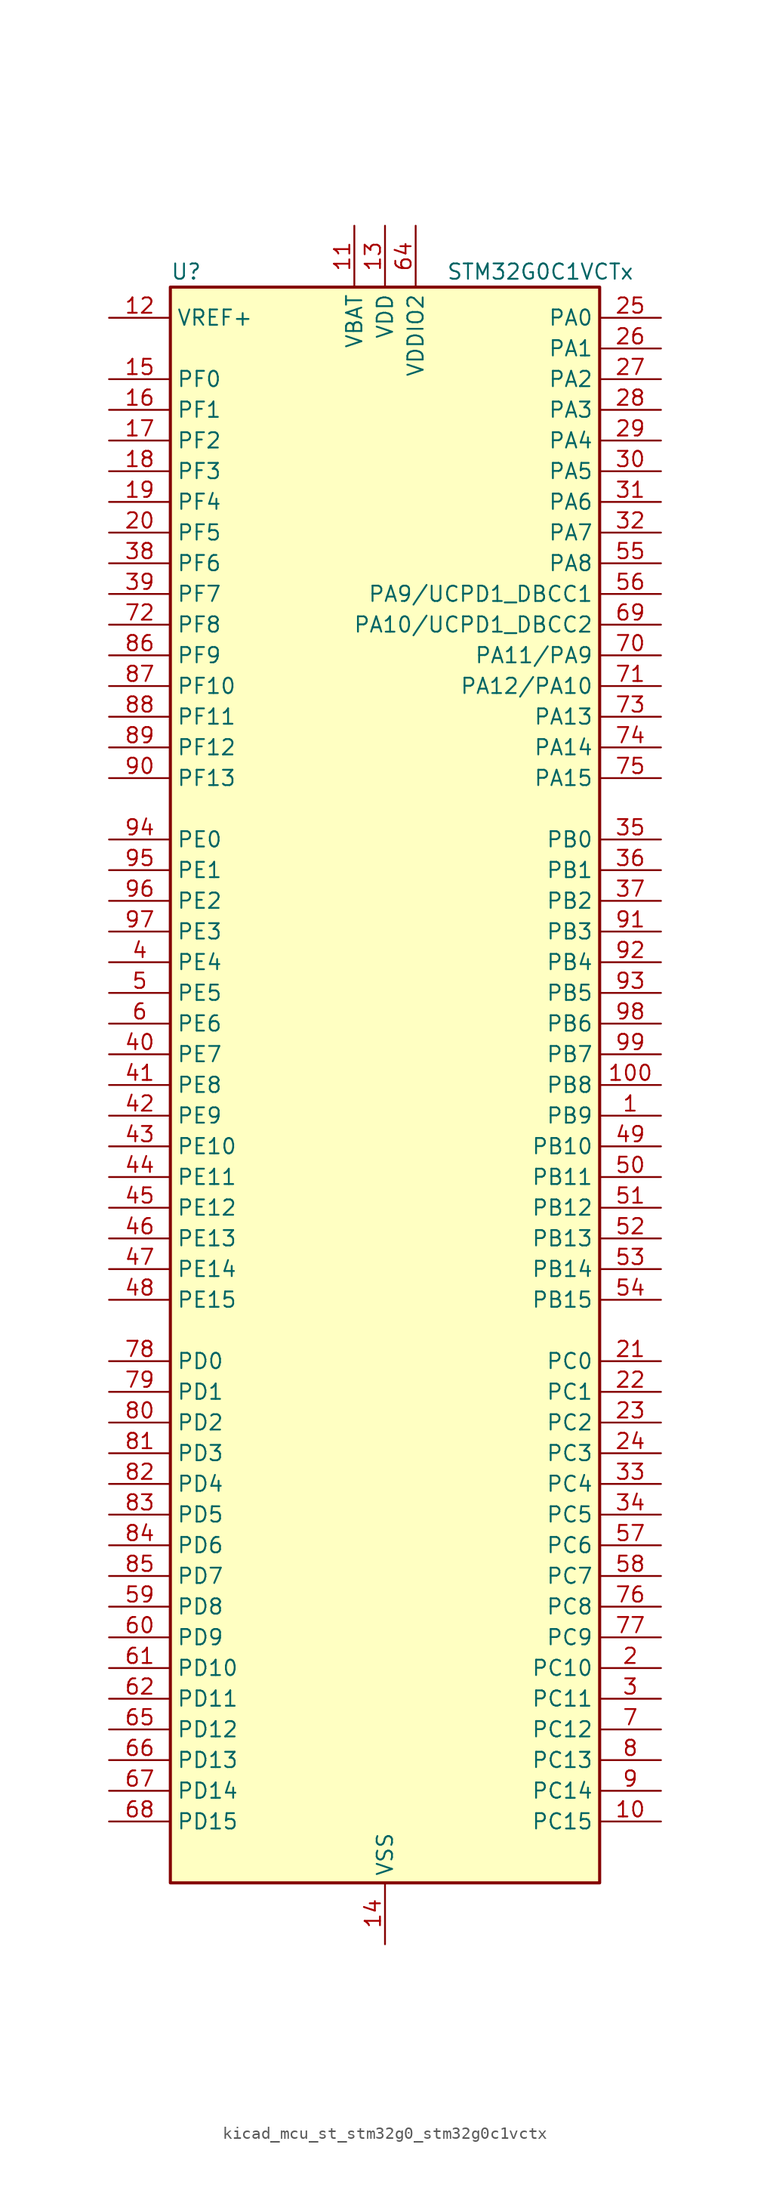
<source format=kicad_sym>
(kicad_symbol_lib
  (version 20220914)
  (generator kicad_symbol_editor)
  (symbol "kicad_mcu_st_stm32g0_stm32g0c1vctx"
    (property "Reference" "U"
      (at -17.78 67.31 0)
      (effects (font (size 1.27 1.27)) (justify left)))
    (property "Value" "STM32G0C1VCTx"
      (at 5.08 67.31 0)
      (effects (font (size 1.27 1.27)) (justify left)))
    (property "ki_locked" ""
      (at 0 0 0)
      (effects (font (size 1.27 1.27))))
    (symbol "kicad_mcu_st_stm32g0_stm32g0c1vctx_0_1"
      (rectangle (start -17.78 -66.04) (end 17.78 66.04) (stroke (width 0.254) (type default)) (fill (type background))))
    (symbol "kicad_mcu_st_stm32g0_stm32g0c1vctx_1_1"
      (pin bidirectional line (at 22.86 -2.54 180) (length 5.08) (name "PB9" (effects (font (size 1.27 1.27)))) (number "1" (effects (font (size 1.27 1.27)))) (alternate "DAC1_EXTI9" bidirectional line) (alternate "FDCAN1_TX" bidirectional line) (alternate "I2C1_SDA" bidirectional line) (alternate "I2S2_WS" bidirectional line) (alternate "IR_OUT" bidirectional line) (alternate "SPI2_NSS" bidirectional line) (alternate "TIM17_CH1" bidirectional line) (alternate "TIM4_CH4" bidirectional line) (alternate "UCPD2_FRSTX1" bidirectional line) (alternate "UCPD2_FRSTX2" bidirectional line) (alternate "USART3_RX" bidirectional line) (alternate "USART6_RX" bidirectional line))
      (pin bidirectional line (at 22.86 -60.96 180) (length 5.08) (name "PC15" (effects (font (size 1.27 1.27)))) (number "10" (effects (font (size 1.27 1.27)))) (alternate "RCC_OSC32_EN" bidirectional line) (alternate "RCC_OSC32_OUT" bidirectional line) (alternate "RCC_OSC_EN" bidirectional line) (alternate "TIM15_BK" bidirectional line))
      (pin bidirectional line (at 22.86 0 180) (length 5.08) (name "PB8" (effects (font (size 1.27 1.27)))) (number "100" (effects (font (size 1.27 1.27)))) (alternate "CEC" bidirectional line) (alternate "FDCAN1_RX" bidirectional line) (alternate "I2C1_SCL" bidirectional line) (alternate "I2S2_CK" bidirectional line) (alternate "SPI2_SCK" bidirectional line) (alternate "TIM15_BK" bidirectional line) (alternate "TIM16_CH1" bidirectional line) (alternate "TIM4_CH3" bidirectional line) (alternate "USART3_TX" bidirectional line) (alternate "USART6_TX" bidirectional line))
      (pin power_in line (at -2.54 71.12 270) (length 5.08) (name "VBAT" (effects (font (size 1.27 1.27)))) (number "11" (effects (font (size 1.27 1.27)))))
      (pin input line (at -22.86 63.5 0) (length 5.08) (name "VREF+" (effects (font (size 1.27 1.27)))) (number "12" (effects (font (size 1.27 1.27)))) (alternate "VREFBUF_OUT" bidirectional line))
      (pin power_in line (at 0 71.12 270) (length 5.08) (name "VDD" (effects (font (size 1.27 1.27)))) (number "13" (effects (font (size 1.27 1.27)))))
      (pin power_in line (at 0 -71.12 90) (length 5.08) (name "VSS" (effects (font (size 1.27 1.27)))) (number "14" (effects (font (size 1.27 1.27)))))
      (pin bidirectional line (at -22.86 58.42 0) (length 5.08) (name "PF0" (effects (font (size 1.27 1.27)))) (number "15" (effects (font (size 1.27 1.27)))) (alternate "CRS1_SYNC" bidirectional line) (alternate "RCC_OSC_IN" bidirectional line) (alternate "TIM14_CH1" bidirectional line))
      (pin bidirectional line (at -22.86 55.88 0) (length 5.08) (name "PF1" (effects (font (size 1.27 1.27)))) (number "16" (effects (font (size 1.27 1.27)))) (alternate "RCC_OSC_EN" bidirectional line) (alternate "RCC_OSC_OUT" bidirectional line) (alternate "TIM15_CH1N" bidirectional line))
      (pin bidirectional line (at -22.86 53.34 0) (length 5.08) (name "PF2" (effects (font (size 1.27 1.27)))) (number "17" (effects (font (size 1.27 1.27)))) (alternate "LPUART2_DE" bidirectional line) (alternate "LPUART2_RTS" bidirectional line) (alternate "LPUART2_TX" bidirectional line) (alternate "RCC_MCO" bidirectional line))
      (pin bidirectional line (at -22.86 50.8 0) (length 5.08) (name "PF3" (effects (font (size 1.27 1.27)))) (number "18" (effects (font (size 1.27 1.27)))) (alternate "LPUART2_RX" bidirectional line) (alternate "USART6_CK" bidirectional line) (alternate "USART6_DE" bidirectional line) (alternate "USART6_RTS" bidirectional line))
      (pin bidirectional line (at -22.86 48.26 0) (length 5.08) (name "PF4" (effects (font (size 1.27 1.27)))) (number "19" (effects (font (size 1.27 1.27)))) (alternate "LPUART1_TX" bidirectional line))
      (pin bidirectional line (at 22.86 -48.26 180) (length 5.08) (name "PC10" (effects (font (size 1.27 1.27)))) (number "2" (effects (font (size 1.27 1.27)))) (alternate "SPI3_SCK" bidirectional line) (alternate "TIM1_CH3" bidirectional line) (alternate "USART3_TX" bidirectional line) (alternate "USART4_TX" bidirectional line))
      (pin bidirectional line (at -22.86 45.72 0) (length 5.08) (name "PF5" (effects (font (size 1.27 1.27)))) (number "20" (effects (font (size 1.27 1.27)))) (alternate "LPUART1_RX" bidirectional line))
      (pin bidirectional line (at 22.86 -22.86 180) (length 5.08) (name "PC0" (effects (font (size 1.27 1.27)))) (number "21" (effects (font (size 1.27 1.27)))) (alternate "COMP3_INM" bidirectional line) (alternate "COMP3_OUT" bidirectional line) (alternate "I2C3_SCL" bidirectional line) (alternate "LPTIM1_IN1" bidirectional line) (alternate "LPTIM2_IN1" bidirectional line) (alternate "LPUART1_RX" bidirectional line) (alternate "LPUART2_TX" bidirectional line) (alternate "USART6_TX" bidirectional line))
      (pin bidirectional line (at 22.86 -25.4 180) (length 5.08) (name "PC1" (effects (font (size 1.27 1.27)))) (number "22" (effects (font (size 1.27 1.27)))) (alternate "COMP3_INP" bidirectional line) (alternate "I2C3_SDA" bidirectional line) (alternate "LPTIM1_OUT" bidirectional line) (alternate "LPUART1_TX" bidirectional line) (alternate "LPUART2_RX" bidirectional line) (alternate "TIM15_CH1" bidirectional line) (alternate "USART6_RX" bidirectional line))
      (pin bidirectional line (at 22.86 -27.94 180) (length 5.08) (name "PC2" (effects (font (size 1.27 1.27)))) (number "23" (effects (font (size 1.27 1.27)))) (alternate "COMP3_OUT" bidirectional line) (alternate "FDCAN2_RX" bidirectional line) (alternate "I2S2_MCK" bidirectional line) (alternate "LPTIM1_IN2" bidirectional line) (alternate "SPI2_MISO" bidirectional line) (alternate "TIM15_CH2" bidirectional line))
      (pin bidirectional line (at 22.86 -30.48 180) (length 5.08) (name "PC3" (effects (font (size 1.27 1.27)))) (number "24" (effects (font (size 1.27 1.27)))) (alternate "FDCAN2_TX" bidirectional line) (alternate "I2S2_SD" bidirectional line) (alternate "LPTIM1_ETR" bidirectional line) (alternate "LPTIM2_ETR" bidirectional line) (alternate "SPI2_MOSI" bidirectional line))
      (pin bidirectional line (at 22.86 63.5 180) (length 5.08) (name "PA0" (effects (font (size 1.27 1.27)))) (number "25" (effects (font (size 1.27 1.27)))) (alternate "ADC1_IN0" bidirectional line) (alternate "COMP1_INM" bidirectional line) (alternate "COMP1_OUT" bidirectional line) (alternate "I2S2_CK" bidirectional line) (alternate "LPTIM1_OUT" bidirectional line) (alternate "RTC_TAMP_IN2" bidirectional line) (alternate "SPI2_SCK" bidirectional line) (alternate "SYS_WKUP1" bidirectional line) (alternate "TIM2_CH1" bidirectional line) (alternate "TIM2_ETR" bidirectional line) (alternate "UCPD2_FRSTX1" bidirectional line) (alternate "UCPD2_FRSTX2" bidirectional line) (alternate "USART2_CTS" bidirectional line) (alternate "USART2_NSS" bidirectional line) (alternate "USART4_TX" bidirectional line))
      (pin bidirectional line (at 22.86 60.96 180) (length 5.08) (name "PA1" (effects (font (size 1.27 1.27)))) (number "26" (effects (font (size 1.27 1.27)))) (alternate "ADC1_IN1" bidirectional line) (alternate "COMP1_INP" bidirectional line) (alternate "I2C1_SMBA" bidirectional line) (alternate "I2S1_CK" bidirectional line) (alternate "SPI1_SCK" bidirectional line) (alternate "TIM15_CH1N" bidirectional line) (alternate "TIM2_CH2" bidirectional line) (alternate "USART2_CK" bidirectional line) (alternate "USART2_DE" bidirectional line) (alternate "USART2_RTS" bidirectional line) (alternate "USART4_RX" bidirectional line))
      (pin bidirectional line (at 22.86 58.42 180) (length 5.08) (name "PA2" (effects (font (size 1.27 1.27)))) (number "27" (effects (font (size 1.27 1.27)))) (alternate "ADC1_IN2" bidirectional line) (alternate "COMP2_INM" bidirectional line) (alternate "COMP2_OUT" bidirectional line) (alternate "I2S1_SD" bidirectional line) (alternate "LPUART1_TX" bidirectional line) (alternate "RCC_LSCO" bidirectional line) (alternate "SPI1_MOSI" bidirectional line) (alternate "SYS_WKUP4" bidirectional line) (alternate "TIM15_CH1" bidirectional line) (alternate "TIM2_CH3" bidirectional line) (alternate "UCPD1_FRSTX1" bidirectional line) (alternate "UCPD1_FRSTX2" bidirectional line) (alternate "USART2_TX" bidirectional line))
      (pin bidirectional line (at 22.86 55.88 180) (length 5.08) (name "PA3" (effects (font (size 1.27 1.27)))) (number "28" (effects (font (size 1.27 1.27)))) (alternate "ADC1_IN3" bidirectional line) (alternate "COMP2_INP" bidirectional line) (alternate "I2S2_MCK" bidirectional line) (alternate "LPUART1_RX" bidirectional line) (alternate "SPI2_MISO" bidirectional line) (alternate "TIM15_CH2" bidirectional line) (alternate "TIM2_CH4" bidirectional line) (alternate "UCPD2_FRSTX1" bidirectional line) (alternate "UCPD2_FRSTX2" bidirectional line) (alternate "USART2_RX" bidirectional line))
      (pin bidirectional line (at 22.86 53.34 180) (length 5.08) (name "PA4" (effects (font (size 1.27 1.27)))) (number "29" (effects (font (size 1.27 1.27)))) (alternate "ADC1_IN4" bidirectional line) (alternate "DAC1_OUT1" bidirectional line) (alternate "I2S1_WS" bidirectional line) (alternate "I2S2_SD" bidirectional line) (alternate "LPTIM2_OUT" bidirectional line) (alternate "RTC_OUT2" bidirectional line) (alternate "SPI1_NSS" bidirectional line) (alternate "SPI2_MOSI" bidirectional line) (alternate "SPI3_NSS" bidirectional line) (alternate "TIM14_CH1" bidirectional line) (alternate "UCPD2_FRSTX1" bidirectional line) (alternate "UCPD2_FRSTX2" bidirectional line) (alternate "USART6_TX" bidirectional line) (alternate "USB_NOE" bidirectional line))
      (pin bidirectional line (at 22.86 -50.8 180) (length 5.08) (name "PC11" (effects (font (size 1.27 1.27)))) (number "3" (effects (font (size 1.27 1.27)))) (alternate "ADC1_EXTI11" bidirectional line) (alternate "SPI3_MISO" bidirectional line) (alternate "TIM1_CH4" bidirectional line) (alternate "USART3_RX" bidirectional line) (alternate "USART4_RX" bidirectional line))
      (pin bidirectional line (at 22.86 50.8 180) (length 5.08) (name "PA5" (effects (font (size 1.27 1.27)))) (number "30" (effects (font (size 1.27 1.27)))) (alternate "ADC1_IN5" bidirectional line) (alternate "CEC" bidirectional line) (alternate "DAC1_OUT2" bidirectional line) (alternate "I2S1_CK" bidirectional line) (alternate "LPTIM2_ETR" bidirectional line) (alternate "SPI1_SCK" bidirectional line) (alternate "TIM2_CH1" bidirectional line) (alternate "TIM2_ETR" bidirectional line) (alternate "UCPD1_FRSTX1" bidirectional line) (alternate "UCPD1_FRSTX2" bidirectional line) (alternate "USART3_TX" bidirectional line) (alternate "USART6_RX" bidirectional line))
      (pin bidirectional line (at 22.86 48.26 180) (length 5.08) (name "PA6" (effects (font (size 1.27 1.27)))) (number "31" (effects (font (size 1.27 1.27)))) (alternate "ADC1_IN6" bidirectional line) (alternate "COMP1_OUT" bidirectional line) (alternate "I2C2_SDA" bidirectional line) (alternate "I2C3_SDA" bidirectional line) (alternate "I2S1_MCK" bidirectional line) (alternate "LPUART1_CTS" bidirectional line) (alternate "SPI1_MISO" bidirectional line) (alternate "TIM16_CH1" bidirectional line) (alternate "TIM1_BK" bidirectional line) (alternate "TIM3_CH1" bidirectional line) (alternate "USART3_CTS" bidirectional line) (alternate "USART3_NSS" bidirectional line) (alternate "USART6_CTS" bidirectional line) (alternate "USART6_NSS" bidirectional line))
      (pin bidirectional line (at 22.86 45.72 180) (length 5.08) (name "PA7" (effects (font (size 1.27 1.27)))) (number "32" (effects (font (size 1.27 1.27)))) (alternate "ADC1_IN7" bidirectional line) (alternate "COMP2_OUT" bidirectional line) (alternate "I2C2_SCL" bidirectional line) (alternate "I2C3_SCL" bidirectional line) (alternate "I2S1_SD" bidirectional line) (alternate "SPI1_MOSI" bidirectional line) (alternate "TIM14_CH1" bidirectional line) (alternate "TIM17_CH1" bidirectional line) (alternate "TIM1_CH1N" bidirectional line) (alternate "TIM3_CH2" bidirectional line) (alternate "UCPD1_FRSTX1" bidirectional line) (alternate "UCPD1_FRSTX2" bidirectional line) (alternate "USART6_CK" bidirectional line) (alternate "USART6_DE" bidirectional line) (alternate "USART6_RTS" bidirectional line))
      (pin bidirectional line (at 22.86 -33.02 180) (length 5.08) (name "PC4" (effects (font (size 1.27 1.27)))) (number "33" (effects (font (size 1.27 1.27)))) (alternate "ADC1_IN17" bidirectional line) (alternate "COMP1_INM" bidirectional line) (alternate "FDCAN1_RX" bidirectional line) (alternate "TIM2_CH1" bidirectional line) (alternate "TIM2_ETR" bidirectional line) (alternate "USART1_TX" bidirectional line) (alternate "USART3_TX" bidirectional line))
      (pin bidirectional line (at 22.86 -35.56 180) (length 5.08) (name "PC5" (effects (font (size 1.27 1.27)))) (number "34" (effects (font (size 1.27 1.27)))) (alternate "ADC1_IN18" bidirectional line) (alternate "COMP1_INP" bidirectional line) (alternate "FDCAN1_TX" bidirectional line) (alternate "SYS_WKUP5" bidirectional line) (alternate "TIM2_CH2" bidirectional line) (alternate "USART1_RX" bidirectional line) (alternate "USART3_RX" bidirectional line))
      (pin bidirectional line (at 22.86 20.32 180) (length 5.08) (name "PB0" (effects (font (size 1.27 1.27)))) (number "35" (effects (font (size 1.27 1.27)))) (alternate "ADC1_IN8" bidirectional line) (alternate "COMP1_OUT" bidirectional line) (alternate "COMP3_INP" bidirectional line) (alternate "FDCAN2_RX" bidirectional line) (alternate "I2S1_WS" bidirectional line) (alternate "LPTIM1_OUT" bidirectional line) (alternate "LPUART2_CTS" bidirectional line) (alternate "SPI1_NSS" bidirectional line) (alternate "TIM1_CH2N" bidirectional line) (alternate "TIM3_CH3" bidirectional line) (alternate "UCPD1_FRSTX1" bidirectional line) (alternate "UCPD1_FRSTX2" bidirectional line) (alternate "USART3_RX" bidirectional line) (alternate "USART5_TX" bidirectional line))
      (pin bidirectional line (at 22.86 17.78 180) (length 5.08) (name "PB1" (effects (font (size 1.27 1.27)))) (number "36" (effects (font (size 1.27 1.27)))) (alternate "ADC1_IN9" bidirectional line) (alternate "COMP1_INM" bidirectional line) (alternate "COMP3_OUT" bidirectional line) (alternate "FDCAN2_TX" bidirectional line) (alternate "LPTIM2_IN1" bidirectional line) (alternate "LPUART1_DE" bidirectional line) (alternate "LPUART1_RTS" bidirectional line) (alternate "LPUART2_DE" bidirectional line) (alternate "LPUART2_RTS" bidirectional line) (alternate "TIM14_CH1" bidirectional line) (alternate "TIM1_CH3N" bidirectional line) (alternate "TIM3_CH4" bidirectional line) (alternate "USART3_CK" bidirectional line) (alternate "USART3_DE" bidirectional line) (alternate "USART3_RTS" bidirectional line) (alternate "USART5_RX" bidirectional line))
      (pin bidirectional line (at 22.86 15.24 180) (length 5.08) (name "PB2" (effects (font (size 1.27 1.27)))) (number "37" (effects (font (size 1.27 1.27)))) (alternate "ADC1_IN10" bidirectional line) (alternate "COMP1_INP" bidirectional line) (alternate "COMP3_INM" bidirectional line) (alternate "I2S2_MCK" bidirectional line) (alternate "LPTIM1_OUT" bidirectional line) (alternate "RCC_MCO_2" bidirectional line) (alternate "SPI2_MISO" bidirectional line) (alternate "USART3_TX" bidirectional line))
      (pin bidirectional line (at -22.86 43.18 0) (length 5.08) (name "PF6" (effects (font (size 1.27 1.27)))) (number "38" (effects (font (size 1.27 1.27)))) (alternate "LPUART1_DE" bidirectional line) (alternate "LPUART1_RTS" bidirectional line))
      (pin bidirectional line (at -22.86 40.64 0) (length 5.08) (name "PF7" (effects (font (size 1.27 1.27)))) (number "39" (effects (font (size 1.27 1.27)))) (alternate "LPUART1_CTS" bidirectional line) (alternate "USART5_CTS" bidirectional line) (alternate "USART5_NSS" bidirectional line))
      (pin bidirectional line (at -22.86 10.16 0) (length 5.08) (name "PE4" (effects (font (size 1.27 1.27)))) (number "4" (effects (font (size 1.27 1.27)))) (alternate "TIM3_CH2" bidirectional line))
      (pin bidirectional line (at -22.86 2.54 0) (length 5.08) (name "PE7" (effects (font (size 1.27 1.27)))) (number "40" (effects (font (size 1.27 1.27)))) (alternate "COMP3_INP" bidirectional line) (alternate "TIM1_ETR" bidirectional line) (alternate "USART5_CK" bidirectional line) (alternate "USART5_DE" bidirectional line) (alternate "USART5_RTS" bidirectional line))
      (pin bidirectional line (at -22.86 0 0) (length 5.08) (name "PE8" (effects (font (size 1.27 1.27)))) (number "41" (effects (font (size 1.27 1.27)))) (alternate "COMP3_INM" bidirectional line) (alternate "TIM1_CH1N" bidirectional line) (alternate "USART4_TX" bidirectional line))
      (pin bidirectional line (at -22.86 -2.54 0) (length 5.08) (name "PE9" (effects (font (size 1.27 1.27)))) (number "42" (effects (font (size 1.27 1.27)))) (alternate "DAC1_EXTI9" bidirectional line) (alternate "TIM1_CH1" bidirectional line) (alternate "USART4_RX" bidirectional line))
      (pin bidirectional line (at -22.86 -5.08 0) (length 5.08) (name "PE10" (effects (font (size 1.27 1.27)))) (number "43" (effects (font (size 1.27 1.27)))) (alternate "TIM1_CH2N" bidirectional line) (alternate "USART5_TX" bidirectional line))
      (pin bidirectional line (at -22.86 -7.62 0) (length 5.08) (name "PE11" (effects (font (size 1.27 1.27)))) (number "44" (effects (font (size 1.27 1.27)))) (alternate "ADC1_EXTI11" bidirectional line) (alternate "TIM1_CH2" bidirectional line) (alternate "USART5_RX" bidirectional line))
      (pin bidirectional line (at -22.86 -10.16 0) (length 5.08) (name "PE12" (effects (font (size 1.27 1.27)))) (number "45" (effects (font (size 1.27 1.27)))) (alternate "I2S1_WS" bidirectional line) (alternate "SPI1_NSS" bidirectional line) (alternate "TIM1_CH3N" bidirectional line))
      (pin bidirectional line (at -22.86 -12.7 0) (length 5.08) (name "PE13" (effects (font (size 1.27 1.27)))) (number "46" (effects (font (size 1.27 1.27)))) (alternate "I2S1_CK" bidirectional line) (alternate "SPI1_SCK" bidirectional line) (alternate "TIM1_CH3" bidirectional line))
      (pin bidirectional line (at -22.86 -15.24 0) (length 5.08) (name "PE14" (effects (font (size 1.27 1.27)))) (number "47" (effects (font (size 1.27 1.27)))) (alternate "I2S1_MCK" bidirectional line) (alternate "SPI1_MISO" bidirectional line) (alternate "TIM1_BK2" bidirectional line) (alternate "TIM1_CH4" bidirectional line))
      (pin bidirectional line (at -22.86 -17.78 0) (length 5.08) (name "PE15" (effects (font (size 1.27 1.27)))) (number "48" (effects (font (size 1.27 1.27)))) (alternate "I2S1_SD" bidirectional line) (alternate "SPI1_MOSI" bidirectional line) (alternate "TIM1_BK" bidirectional line))
      (pin bidirectional line (at 22.86 -5.08 180) (length 5.08) (name "PB10" (effects (font (size 1.27 1.27)))) (number "49" (effects (font (size 1.27 1.27)))) (alternate "ADC1_IN11" bidirectional line) (alternate "CEC" bidirectional line) (alternate "COMP1_OUT" bidirectional line) (alternate "I2C2_SCL" bidirectional line) (alternate "I2S2_CK" bidirectional line) (alternate "LPUART1_RX" bidirectional line) (alternate "SPI2_SCK" bidirectional line) (alternate "TIM2_CH3" bidirectional line) (alternate "USART3_TX" bidirectional line))
      (pin bidirectional line (at -22.86 7.62 0) (length 5.08) (name "PE5" (effects (font (size 1.27 1.27)))) (number "5" (effects (font (size 1.27 1.27)))) (alternate "TIM3_CH3" bidirectional line))
      (pin bidirectional line (at 22.86 -7.62 180) (length 5.08) (name "PB11" (effects (font (size 1.27 1.27)))) (number "50" (effects (font (size 1.27 1.27)))) (alternate "ADC1_EXTI11" bidirectional line) (alternate "ADC1_IN15" bidirectional line) (alternate "COMP2_OUT" bidirectional line) (alternate "I2C2_SDA" bidirectional line) (alternate "I2S2_SD" bidirectional line) (alternate "LPUART1_TX" bidirectional line) (alternate "SPI2_MOSI" bidirectional line) (alternate "TIM2_CH4" bidirectional line) (alternate "USART3_RX" bidirectional line))
      (pin bidirectional line (at 22.86 -10.16 180) (length 5.08) (name "PB12" (effects (font (size 1.27 1.27)))) (number "51" (effects (font (size 1.27 1.27)))) (alternate "ADC1_IN16" bidirectional line) (alternate "FDCAN2_RX" bidirectional line) (alternate "I2C2_SMBA" bidirectional line) (alternate "I2S2_WS" bidirectional line) (alternate "LPUART1_DE" bidirectional line) (alternate "LPUART1_RTS" bidirectional line) (alternate "SPI2_NSS" bidirectional line) (alternate "TIM15_BK" bidirectional line) (alternate "TIM1_BK" bidirectional line) (alternate "UCPD2_FRSTX1" bidirectional line) (alternate "UCPD2_FRSTX2" bidirectional line))
      (pin bidirectional line (at 22.86 -12.7 180) (length 5.08) (name "PB13" (effects (font (size 1.27 1.27)))) (number "52" (effects (font (size 1.27 1.27)))) (alternate "FDCAN2_TX" bidirectional line) (alternate "I2C2_SCL" bidirectional line) (alternate "I2S2_CK" bidirectional line) (alternate "LPUART1_CTS" bidirectional line) (alternate "SPI2_SCK" bidirectional line) (alternate "TIM15_CH1N" bidirectional line) (alternate "TIM1_CH1N" bidirectional line) (alternate "USART3_CTS" bidirectional line) (alternate "USART3_NSS" bidirectional line))
      (pin bidirectional line (at 22.86 -15.24 180) (length 5.08) (name "PB14" (effects (font (size 1.27 1.27)))) (number "53" (effects (font (size 1.27 1.27)))) (alternate "I2C2_SDA" bidirectional line) (alternate "I2S2_MCK" bidirectional line) (alternate "SPI2_MISO" bidirectional line) (alternate "TIM15_CH1" bidirectional line) (alternate "TIM1_CH2N" bidirectional line) (alternate "UCPD1_FRSTX1" bidirectional line) (alternate "UCPD1_FRSTX2" bidirectional line) (alternate "USART3_CK" bidirectional line) (alternate "USART3_DE" bidirectional line) (alternate "USART3_RTS" bidirectional line) (alternate "USART6_CK" bidirectional line) (alternate "USART6_DE" bidirectional line) (alternate "USART6_RTS" bidirectional line))
      (pin bidirectional line (at 22.86 -17.78 180) (length 5.08) (name "PB15" (effects (font (size 1.27 1.27)))) (number "54" (effects (font (size 1.27 1.27)))) (alternate "I2S2_SD" bidirectional line) (alternate "RTC_REFIN" bidirectional line) (alternate "SPI2_MOSI" bidirectional line) (alternate "TIM15_CH1N" bidirectional line) (alternate "TIM15_CH2" bidirectional line) (alternate "TIM1_CH3N" bidirectional line) (alternate "UCPD1_CC2" bidirectional line) (alternate "USART6_CTS" bidirectional line) (alternate "USART6_NSS" bidirectional line))
      (pin bidirectional line (at 22.86 43.18 180) (length 5.08) (name "PA8" (effects (font (size 1.27 1.27)))) (number "55" (effects (font (size 1.27 1.27)))) (alternate "CRS1_SYNC" bidirectional line) (alternate "I2C2_SMBA" bidirectional line) (alternate "I2S2_WS" bidirectional line) (alternate "LPTIM2_OUT" bidirectional line) (alternate "RCC_MCO" bidirectional line) (alternate "SPI2_NSS" bidirectional line) (alternate "TIM1_CH1" bidirectional line) (alternate "UCPD1_CC1" bidirectional line))
      (pin bidirectional line (at 22.86 40.64 180) (length 5.08) (name "PA9/UCPD1_DBCC1" (effects (font (size 1.27 1.27)))) (number "56" (effects (font (size 1.27 1.27)))) (alternate "DAC1_EXTI9" bidirectional line) (alternate "I2C1_SCL" bidirectional line) (alternate "I2C2_SCL" bidirectional line) (alternate "I2S2_MCK" bidirectional line) (alternate "RCC_MCO" bidirectional line) (alternate "SPI2_MISO" bidirectional line) (alternate "TIM15_BK" bidirectional line) (alternate "TIM1_CH2" bidirectional line) (alternate "UCPD1_DBCC1" bidirectional line) (alternate "USART1_TX" bidirectional line))
      (pin bidirectional line (at 22.86 -38.1 180) (length 5.08) (name "PC6" (effects (font (size 1.27 1.27)))) (number "57" (effects (font (size 1.27 1.27)))) (alternate "LPUART2_TX" bidirectional line) (alternate "TIM2_CH3" bidirectional line) (alternate "TIM3_CH1" bidirectional line) (alternate "UCPD1_FRSTX1" bidirectional line) (alternate "UCPD1_FRSTX2" bidirectional line))
      (pin bidirectional line (at 22.86 -40.64 180) (length 5.08) (name "PC7" (effects (font (size 1.27 1.27)))) (number "58" (effects (font (size 1.27 1.27)))) (alternate "LPUART2_RX" bidirectional line) (alternate "TIM2_CH4" bidirectional line) (alternate "TIM3_CH2" bidirectional line) (alternate "UCPD2_FRSTX1" bidirectional line) (alternate "UCPD2_FRSTX2" bidirectional line))
      (pin bidirectional line (at -22.86 -43.18 0) (length 5.08) (name "PD8" (effects (font (size 1.27 1.27)))) (number "59" (effects (font (size 1.27 1.27)))) (alternate "I2S1_CK" bidirectional line) (alternate "LPTIM1_OUT" bidirectional line) (alternate "SPI1_SCK" bidirectional line) (alternate "USART3_TX" bidirectional line))
      (pin bidirectional line (at -22.86 5.08 0) (length 5.08) (name "PE6" (effects (font (size 1.27 1.27)))) (number "6" (effects (font (size 1.27 1.27)))) (alternate "RTC_TAMP_IN3" bidirectional line) (alternate "SYS_WKUP3" bidirectional line) (alternate "TIM3_CH4" bidirectional line))
      (pin bidirectional line (at -22.86 -45.72 0) (length 5.08) (name "PD9" (effects (font (size 1.27 1.27)))) (number "60" (effects (font (size 1.27 1.27)))) (alternate "DAC1_EXTI9" bidirectional line) (alternate "I2S1_WS" bidirectional line) (alternate "SPI1_NSS" bidirectional line) (alternate "TIM1_BK2" bidirectional line) (alternate "USART3_RX" bidirectional line))
      (pin bidirectional line (at -22.86 -48.26 0) (length 5.08) (name "PD10" (effects (font (size 1.27 1.27)))) (number "61" (effects (font (size 1.27 1.27)))) (alternate "RCC_MCO" bidirectional line))
      (pin bidirectional line (at -22.86 -50.8 0) (length 5.08) (name "PD11" (effects (font (size 1.27 1.27)))) (number "62" (effects (font (size 1.27 1.27)))) (alternate "ADC1_EXTI11" bidirectional line) (alternate "LPTIM2_ETR" bidirectional line) (alternate "USART3_CTS" bidirectional line) (alternate "USART3_NSS" bidirectional line))
      (pin passive line (at 0 -71.12 90) (length 5.08) hide (name "VSS" (effects (font (size 1.27 1.27)))) (number "63" (effects (font (size 1.27 1.27)))))
      (pin power_in line (at 2.54 71.12 270) (length 5.08) (name "VDDIO2" (effects (font (size 1.27 1.27)))) (number "64" (effects (font (size 1.27 1.27)))))
      (pin bidirectional line (at -22.86 -53.34 0) (length 5.08) (name "PD12" (effects (font (size 1.27 1.27)))) (number "65" (effects (font (size 1.27 1.27)))) (alternate "FDCAN1_RX" bidirectional line) (alternate "LPTIM2_IN1" bidirectional line) (alternate "TIM4_CH1" bidirectional line) (alternate "USART3_CK" bidirectional line) (alternate "USART3_DE" bidirectional line) (alternate "USART3_RTS" bidirectional line))
      (pin bidirectional line (at -22.86 -55.88 0) (length 5.08) (name "PD13" (effects (font (size 1.27 1.27)))) (number "66" (effects (font (size 1.27 1.27)))) (alternate "FDCAN1_TX" bidirectional line) (alternate "LPTIM2_OUT" bidirectional line) (alternate "TIM4_CH2" bidirectional line))
      (pin bidirectional line (at -22.86 -58.42 0) (length 5.08) (name "PD14" (effects (font (size 1.27 1.27)))) (number "67" (effects (font (size 1.27 1.27)))) (alternate "FDCAN2_RX" bidirectional line) (alternate "LPUART2_CTS" bidirectional line) (alternate "TIM4_CH3" bidirectional line))
      (pin bidirectional line (at -22.86 -60.96 0) (length 5.08) (name "PD15" (effects (font (size 1.27 1.27)))) (number "68" (effects (font (size 1.27 1.27)))) (alternate "CRS1_SYNC" bidirectional line) (alternate "FDCAN2_TX" bidirectional line) (alternate "LPUART2_DE" bidirectional line) (alternate "LPUART2_RTS" bidirectional line) (alternate "TIM4_CH4" bidirectional line))
      (pin bidirectional line (at 22.86 38.1 180) (length 5.08) (name "PA10/UCPD1_DBCC2" (effects (font (size 1.27 1.27)))) (number "69" (effects (font (size 1.27 1.27)))) (alternate "I2C1_SDA" bidirectional line) (alternate "I2C2_SDA" bidirectional line) (alternate "I2S2_SD" bidirectional line) (alternate "RCC_MCO_2" bidirectional line) (alternate "SPI2_MOSI" bidirectional line) (alternate "TIM17_BK" bidirectional line) (alternate "TIM1_CH3" bidirectional line) (alternate "UCPD1_DBCC2" bidirectional line) (alternate "USART1_RX" bidirectional line))
      (pin bidirectional line (at 22.86 -53.34 180) (length 5.08) (name "PC12" (effects (font (size 1.27 1.27)))) (number "7" (effects (font (size 1.27 1.27)))) (alternate "LPTIM1_IN1" bidirectional line) (alternate "SPI3_MOSI" bidirectional line) (alternate "TIM14_CH1" bidirectional line) (alternate "UCPD1_FRSTX1" bidirectional line) (alternate "UCPD1_FRSTX2" bidirectional line) (alternate "USART5_TX" bidirectional line))
      (pin bidirectional line (at 22.86 35.56 180) (length 5.08) (name "PA11/PA9" (effects (font (size 1.27 1.27)))) (number "70" (effects (font (size 1.27 1.27)))) (alternate "ADC1_EXTI11" bidirectional line) (alternate "COMP1_OUT" bidirectional line) (alternate "FDCAN1_RX" bidirectional line) (alternate "I2C2_SCL" bidirectional line) (alternate "I2S1_MCK" bidirectional line) (alternate "SPI1_MISO" bidirectional line) (alternate "TIM1_BK2" bidirectional line) (alternate "TIM1_CH4" bidirectional line) (alternate "USART1_CTS" bidirectional line) (alternate "USART1_NSS" bidirectional line) (alternate "USB_DM" bidirectional line))
      (pin bidirectional line (at 22.86 33.02 180) (length 5.08) (name "PA12/PA10" (effects (font (size 1.27 1.27)))) (number "71" (effects (font (size 1.27 1.27)))) (alternate "COMP2_OUT" bidirectional line) (alternate "FDCAN1_TX" bidirectional line) (alternate "I2C2_SDA" bidirectional line) (alternate "I2S1_SD" bidirectional line) (alternate "I2S_CKIN" bidirectional line) (alternate "SPI1_MOSI" bidirectional line) (alternate "TIM1_ETR" bidirectional line) (alternate "USART1_CK" bidirectional line) (alternate "USART1_DE" bidirectional line) (alternate "USART1_RTS" bidirectional line) (alternate "USB_DP" bidirectional line))
      (pin bidirectional line (at -22.86 38.1 0) (length 5.08) (name "PF8" (effects (font (size 1.27 1.27)))) (number "72" (effects (font (size 1.27 1.27)))))
      (pin bidirectional line (at 22.86 30.48 180) (length 5.08) (name "PA13" (effects (font (size 1.27 1.27)))) (number "73" (effects (font (size 1.27 1.27)))) (alternate "IR_OUT" bidirectional line) (alternate "LPUART2_RX" bidirectional line) (alternate "SYS_SWDIO" bidirectional line) (alternate "USB_NOE" bidirectional line))
      (pin bidirectional line (at 22.86 27.94 180) (length 5.08) (name "PA14" (effects (font (size 1.27 1.27)))) (number "74" (effects (font (size 1.27 1.27)))) (alternate "LPUART2_TX" bidirectional line) (alternate "SYS_SWCLK" bidirectional line) (alternate "USART2_TX" bidirectional line))
      (pin bidirectional line (at 22.86 25.4 180) (length 5.08) (name "PA15" (effects (font (size 1.27 1.27)))) (number "75" (effects (font (size 1.27 1.27)))) (alternate "I2C2_SMBA" bidirectional line) (alternate "I2S1_WS" bidirectional line) (alternate "RCC_MCO_2" bidirectional line) (alternate "SPI1_NSS" bidirectional line) (alternate "SPI3_NSS" bidirectional line) (alternate "TIM2_CH1" bidirectional line) (alternate "TIM2_ETR" bidirectional line) (alternate "USART2_RX" bidirectional line) (alternate "USART3_CK" bidirectional line) (alternate "USART3_DE" bidirectional line) (alternate "USART3_RTS" bidirectional line) (alternate "USART4_CK" bidirectional line) (alternate "USART4_DE" bidirectional line) (alternate "USART4_RTS" bidirectional line) (alternate "USB_NOE" bidirectional line))
      (pin bidirectional line (at 22.86 -43.18 180) (length 5.08) (name "PC8" (effects (font (size 1.27 1.27)))) (number "76" (effects (font (size 1.27 1.27)))) (alternate "LPUART2_CTS" bidirectional line) (alternate "TIM1_CH1" bidirectional line) (alternate "TIM3_CH3" bidirectional line) (alternate "UCPD2_FRSTX1" bidirectional line) (alternate "UCPD2_FRSTX2" bidirectional line))
      (pin bidirectional line (at 22.86 -45.72 180) (length 5.08) (name "PC9" (effects (font (size 1.27 1.27)))) (number "77" (effects (font (size 1.27 1.27)))) (alternate "DAC1_EXTI9" bidirectional line) (alternate "I2S_CKIN" bidirectional line) (alternate "LPUART2_DE" bidirectional line) (alternate "LPUART2_RTS" bidirectional line) (alternate "TIM1_CH2" bidirectional line) (alternate "TIM3_CH4" bidirectional line) (alternate "USB_NOE" bidirectional line))
      (pin bidirectional line (at -22.86 -22.86 0) (length 5.08) (name "PD0" (effects (font (size 1.27 1.27)))) (number "78" (effects (font (size 1.27 1.27)))) (alternate "FDCAN1_RX" bidirectional line) (alternate "I2S2_WS" bidirectional line) (alternate "SPI2_NSS" bidirectional line) (alternate "TIM16_CH1" bidirectional line) (alternate "UCPD2_CC1" bidirectional line))
      (pin bidirectional line (at -22.86 -25.4 0) (length 5.08) (name "PD1" (effects (font (size 1.27 1.27)))) (number "79" (effects (font (size 1.27 1.27)))) (alternate "FDCAN1_TX" bidirectional line) (alternate "I2S2_CK" bidirectional line) (alternate "SPI2_SCK" bidirectional line) (alternate "TIM17_CH1" bidirectional line) (alternate "UCPD2_DBCC1" bidirectional line))
      (pin bidirectional line (at 22.86 -55.88 180) (length 5.08) (name "PC13" (effects (font (size 1.27 1.27)))) (number "8" (effects (font (size 1.27 1.27)))) (alternate "RTC_OUT1" bidirectional line) (alternate "RTC_TAMP_IN1" bidirectional line) (alternate "RTC_TS" bidirectional line) (alternate "SYS_WKUP2" bidirectional line) (alternate "TIM1_BK" bidirectional line))
      (pin bidirectional line (at -22.86 -27.94 0) (length 5.08) (name "PD2" (effects (font (size 1.27 1.27)))) (number "80" (effects (font (size 1.27 1.27)))) (alternate "TIM1_CH1N" bidirectional line) (alternate "TIM3_ETR" bidirectional line) (alternate "UCPD2_CC2" bidirectional line) (alternate "USART3_CK" bidirectional line) (alternate "USART3_DE" bidirectional line) (alternate "USART3_RTS" bidirectional line) (alternate "USART5_RX" bidirectional line))
      (pin bidirectional line (at -22.86 -30.48 0) (length 5.08) (name "PD3" (effects (font (size 1.27 1.27)))) (number "81" (effects (font (size 1.27 1.27)))) (alternate "I2S2_MCK" bidirectional line) (alternate "SPI2_MISO" bidirectional line) (alternate "TIM1_CH2N" bidirectional line) (alternate "UCPD2_DBCC2" bidirectional line) (alternate "USART2_CTS" bidirectional line) (alternate "USART2_NSS" bidirectional line) (alternate "USART5_TX" bidirectional line))
      (pin bidirectional line (at -22.86 -33.02 0) (length 5.08) (name "PD4" (effects (font (size 1.27 1.27)))) (number "82" (effects (font (size 1.27 1.27)))) (alternate "I2S2_SD" bidirectional line) (alternate "SPI2_MOSI" bidirectional line) (alternate "TIM1_CH3N" bidirectional line) (alternate "USART2_CK" bidirectional line) (alternate "USART2_DE" bidirectional line) (alternate "USART2_RTS" bidirectional line) (alternate "USART5_CK" bidirectional line) (alternate "USART5_DE" bidirectional line) (alternate "USART5_RTS" bidirectional line))
      (pin bidirectional line (at -22.86 -35.56 0) (length 5.08) (name "PD5" (effects (font (size 1.27 1.27)))) (number "83" (effects (font (size 1.27 1.27)))) (alternate "I2S1_MCK" bidirectional line) (alternate "SPI1_MISO" bidirectional line) (alternate "TIM1_BK" bidirectional line) (alternate "USART2_TX" bidirectional line) (alternate "USART5_CTS" bidirectional line) (alternate "USART5_NSS" bidirectional line))
      (pin bidirectional line (at -22.86 -38.1 0) (length 5.08) (name "PD6" (effects (font (size 1.27 1.27)))) (number "84" (effects (font (size 1.27 1.27)))) (alternate "I2S1_SD" bidirectional line) (alternate "LPTIM2_OUT" bidirectional line) (alternate "SPI1_MOSI" bidirectional line) (alternate "USART2_RX" bidirectional line))
      (pin bidirectional line (at -22.86 -40.64 0) (length 5.08) (name "PD7" (effects (font (size 1.27 1.27)))) (number "85" (effects (font (size 1.27 1.27)))) (alternate "RCC_MCO_2" bidirectional line))
      (pin bidirectional line (at -22.86 35.56 0) (length 5.08) (name "PF9" (effects (font (size 1.27 1.27)))) (number "86" (effects (font (size 1.27 1.27)))) (alternate "DAC1_EXTI9" bidirectional line) (alternate "USART6_TX" bidirectional line))
      (pin bidirectional line (at -22.86 33.02 0) (length 5.08) (name "PF10" (effects (font (size 1.27 1.27)))) (number "87" (effects (font (size 1.27 1.27)))) (alternate "USART6_RX" bidirectional line))
      (pin bidirectional line (at -22.86 30.48 0) (length 5.08) (name "PF11" (effects (font (size 1.27 1.27)))) (number "88" (effects (font (size 1.27 1.27)))) (alternate "ADC1_EXTI11" bidirectional line) (alternate "USART6_CK" bidirectional line) (alternate "USART6_DE" bidirectional line) (alternate "USART6_RTS" bidirectional line))
      (pin bidirectional line (at -22.86 27.94 0) (length 5.08) (name "PF12" (effects (font (size 1.27 1.27)))) (number "89" (effects (font (size 1.27 1.27)))) (alternate "TIM15_CH1" bidirectional line) (alternate "USART6_CTS" bidirectional line) (alternate "USART6_NSS" bidirectional line))
      (pin bidirectional line (at 22.86 -58.42 180) (length 5.08) (name "PC14" (effects (font (size 1.27 1.27)))) (number "9" (effects (font (size 1.27 1.27)))) (alternate "RCC_OSC32_IN" bidirectional line) (alternate "TIM1_BK2" bidirectional line))
      (pin bidirectional line (at -22.86 25.4 0) (length 5.08) (name "PF13" (effects (font (size 1.27 1.27)))) (number "90" (effects (font (size 1.27 1.27)))) (alternate "TIM15_CH2" bidirectional line))
      (pin bidirectional line (at 22.86 12.7 180) (length 5.08) (name "PB3" (effects (font (size 1.27 1.27)))) (number "91" (effects (font (size 1.27 1.27)))) (alternate "COMP2_INM" bidirectional line) (alternate "I2C2_SCL" bidirectional line) (alternate "I2C3_SCL" bidirectional line) (alternate "I2S1_CK" bidirectional line) (alternate "SPI1_SCK" bidirectional line) (alternate "SPI3_SCK" bidirectional line) (alternate "TIM1_CH2" bidirectional line) (alternate "TIM2_CH2" bidirectional line) (alternate "USART1_CK" bidirectional line) (alternate "USART1_DE" bidirectional line) (alternate "USART1_RTS" bidirectional line) (alternate "USART5_TX" bidirectional line))
      (pin bidirectional line (at 22.86 10.16 180) (length 5.08) (name "PB4" (effects (font (size 1.27 1.27)))) (number "92" (effects (font (size 1.27 1.27)))) (alternate "COMP2_INP" bidirectional line) (alternate "I2C2_SDA" bidirectional line) (alternate "I2C3_SDA" bidirectional line) (alternate "I2S1_MCK" bidirectional line) (alternate "SPI1_MISO" bidirectional line) (alternate "SPI3_MISO" bidirectional line) (alternate "TIM17_BK" bidirectional line) (alternate "TIM3_CH1" bidirectional line) (alternate "USART1_CTS" bidirectional line) (alternate "USART1_NSS" bidirectional line) (alternate "USART5_RX" bidirectional line))
      (pin bidirectional line (at 22.86 7.62 180) (length 5.08) (name "PB5" (effects (font (size 1.27 1.27)))) (number "93" (effects (font (size 1.27 1.27)))) (alternate "COMP2_OUT" bidirectional line) (alternate "FDCAN2_RX" bidirectional line) (alternate "I2C1_SMBA" bidirectional line) (alternate "I2S1_SD" bidirectional line) (alternate "LPTIM1_IN1" bidirectional line) (alternate "SPI1_MOSI" bidirectional line) (alternate "SPI3_MOSI" bidirectional line) (alternate "SYS_WKUP6" bidirectional line) (alternate "TIM16_BK" bidirectional line) (alternate "TIM3_CH2" bidirectional line) (alternate "USART5_CK" bidirectional line) (alternate "USART5_DE" bidirectional line) (alternate "USART5_RTS" bidirectional line))
      (pin bidirectional line (at -22.86 20.32 0) (length 5.08) (name "PE0" (effects (font (size 1.27 1.27)))) (number "94" (effects (font (size 1.27 1.27)))) (alternate "TIM16_CH1" bidirectional line) (alternate "TIM4_ETR" bidirectional line))
      (pin bidirectional line (at -22.86 17.78 0) (length 5.08) (name "PE1" (effects (font (size 1.27 1.27)))) (number "95" (effects (font (size 1.27 1.27)))) (alternate "TIM17_CH1" bidirectional line))
      (pin bidirectional line (at -22.86 15.24 0) (length 5.08) (name "PE2" (effects (font (size 1.27 1.27)))) (number "96" (effects (font (size 1.27 1.27)))) (alternate "TIM3_ETR" bidirectional line))
      (pin bidirectional line (at -22.86 12.7 0) (length 5.08) (name "PE3" (effects (font (size 1.27 1.27)))) (number "97" (effects (font (size 1.27 1.27)))) (alternate "TIM3_CH1" bidirectional line))
      (pin bidirectional line (at 22.86 5.08 180) (length 5.08) (name "PB6" (effects (font (size 1.27 1.27)))) (number "98" (effects (font (size 1.27 1.27)))) (alternate "COMP2_INP" bidirectional line) (alternate "FDCAN2_TX" bidirectional line) (alternate "I2C1_SCL" bidirectional line) (alternate "I2S2_MCK" bidirectional line) (alternate "LPTIM1_ETR" bidirectional line) (alternate "LPUART2_TX" bidirectional line) (alternate "SPI2_MISO" bidirectional line) (alternate "TIM16_CH1N" bidirectional line) (alternate "TIM1_CH3" bidirectional line) (alternate "TIM4_CH1" bidirectional line) (alternate "USART1_TX" bidirectional line) (alternate "USART5_CTS" bidirectional line) (alternate "USART5_NSS" bidirectional line))
      (pin bidirectional line (at 22.86 2.54 180) (length 5.08) (name "PB7" (effects (font (size 1.27 1.27)))) (number "99" (effects (font (size 1.27 1.27)))) (alternate "COMP2_INM" bidirectional line) (alternate "I2C1_SDA" bidirectional line) (alternate "I2S2_SD" bidirectional line) (alternate "LPTIM1_IN2" bidirectional line) (alternate "LPUART2_RX" bidirectional line) (alternate "SPI2_MOSI" bidirectional line) (alternate "SYS_PVD_IN" bidirectional line) (alternate "TIM17_CH1N" bidirectional line) (alternate "TIM4_CH2" bidirectional line) (alternate "USART1_RX" bidirectional line) (alternate "USART4_CTS" bidirectional line) (alternate "USART4_NSS" bidirectional line)))))
</source>
